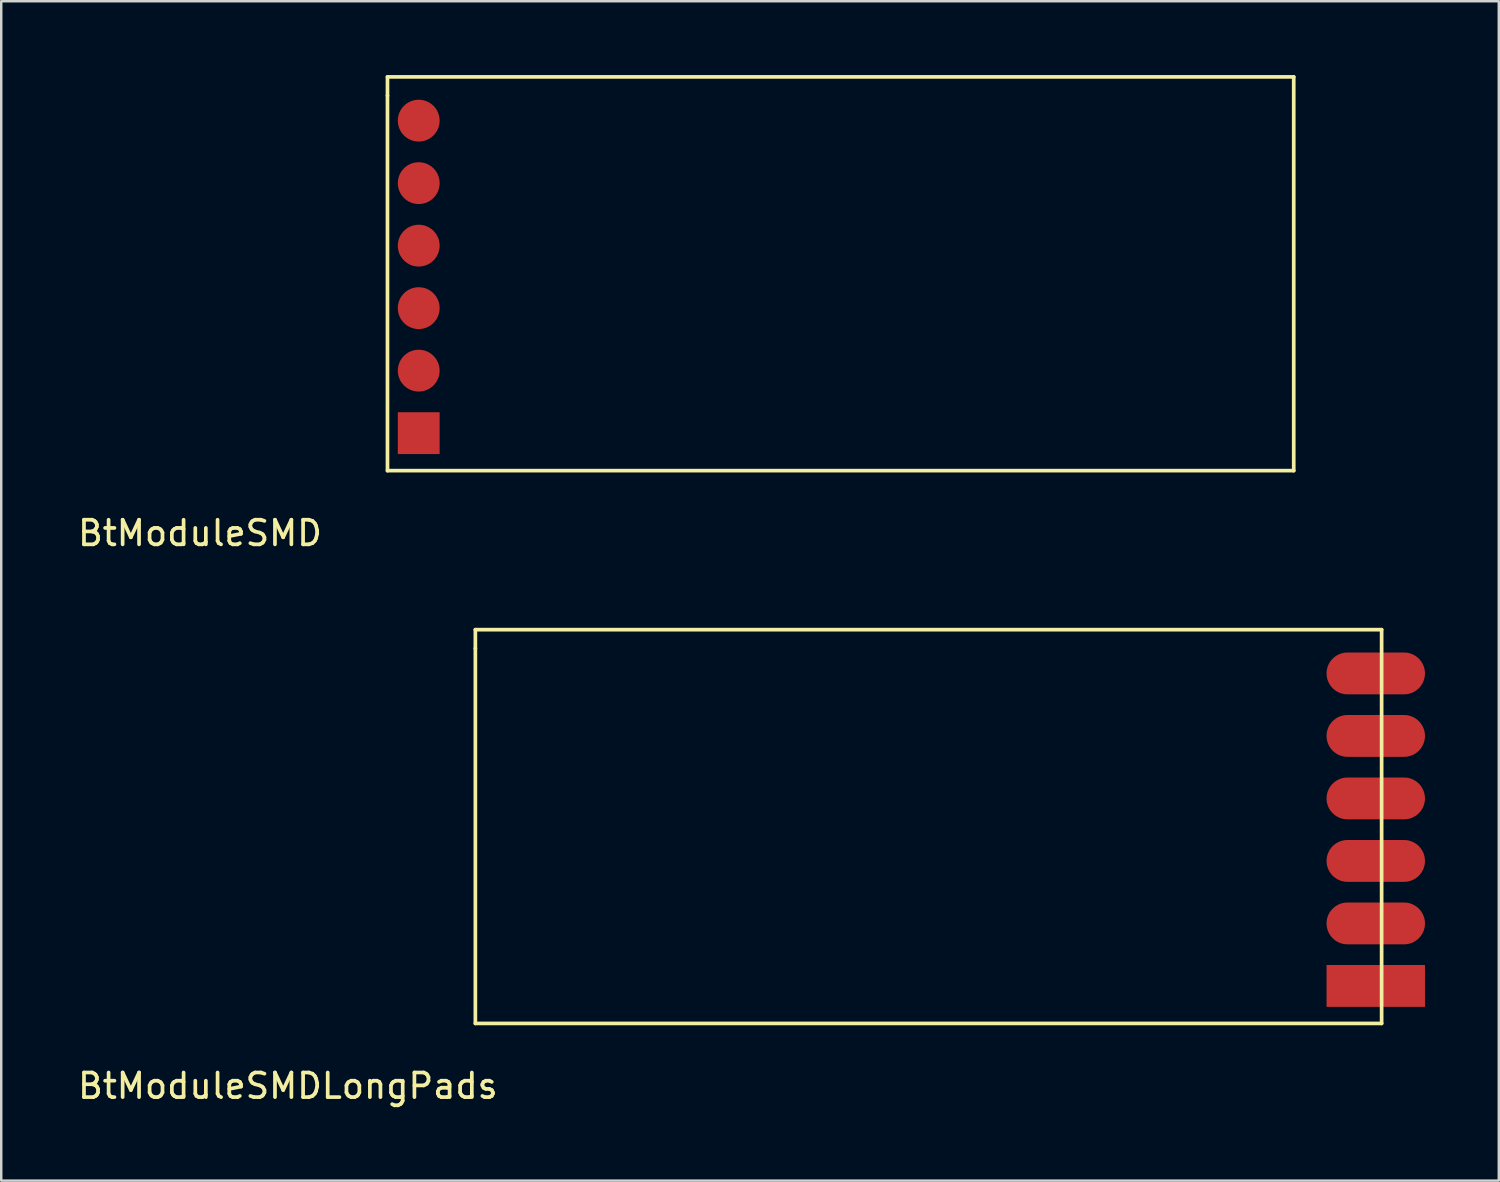
<source format=kicad_pcb>
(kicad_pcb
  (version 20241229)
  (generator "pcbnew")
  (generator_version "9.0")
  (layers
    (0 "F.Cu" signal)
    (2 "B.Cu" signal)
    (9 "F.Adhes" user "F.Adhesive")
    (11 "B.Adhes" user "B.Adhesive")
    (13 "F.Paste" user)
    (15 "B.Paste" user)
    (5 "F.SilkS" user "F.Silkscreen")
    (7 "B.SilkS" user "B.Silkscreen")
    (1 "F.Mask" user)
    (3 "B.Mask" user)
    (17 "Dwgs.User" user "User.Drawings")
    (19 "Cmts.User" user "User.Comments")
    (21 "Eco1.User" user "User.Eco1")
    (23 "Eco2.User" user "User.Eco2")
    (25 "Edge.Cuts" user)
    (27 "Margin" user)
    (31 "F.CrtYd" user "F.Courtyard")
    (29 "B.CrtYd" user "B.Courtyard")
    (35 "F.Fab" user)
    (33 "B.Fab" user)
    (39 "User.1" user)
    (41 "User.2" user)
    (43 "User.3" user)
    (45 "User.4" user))
  (footprint "BtModuleSMDLongPads"
    (layer "F.Cu")
    (at 16.269 38.542)
    (property "Reference" "BtModuleSMDLongPads" (at -7.62 2.54 0) (layer "F.SilkS") (effects (font (size 1 1) (thickness 0.15))))
    (attr through_hole)
    (fp_line (start 0 -16.002) (end 36.83 -16.002) (stroke (width 0.15) (type solid)) (layer "F.SilkS"))
    (fp_line (start 0 -15.24) (end 0 -16.002) (stroke (width 0.15) (type solid)) (layer "F.SilkS"))
    (fp_line (start 0 0) (end 0 -15.24) (stroke (width 0.15) (type solid)) (layer "F.SilkS"))
    (fp_line (start 36.83 0) (end 0 0) (stroke (width 0.15) (type solid)) (layer "F.SilkS"))
    (fp_line (start 36.83 0) (end 36.83 -16.002) (stroke (width 0.15) (type solid)) (layer "F.SilkS"))
    (pad "1" smd rect (at 37.592 -1.524) (size 4 1.7) (drill (offset -1 0)) (layers "F.Cu" "F.Mask" "F.Paste"))
    (pad "2" smd oval (at 37.592 -4.064) (size 4 1.7) (drill (offset -1 0)) (layers "F.Cu" "F.Mask" "F.Paste"))
    (pad "3" smd oval (at 37.592 -6.604) (size 4 1.7) (drill (offset -1 0)) (layers "F.Cu" "F.Mask" "F.Paste"))
    (pad "4" smd oval (at 37.592 -9.144) (size 4 1.7) (drill (offset -1 0)) (layers "F.Cu" "F.Mask" "F.Paste"))
    (pad "5" smd oval (at 37.592 -11.684) (size 4 1.7) (drill (offset -1 0)) (layers "F.Cu" "F.Mask" "F.Paste"))
    (pad "6" smd oval (at 37.592 -14.224) (size 4 1.7) (drill (offset -1 0)) (layers "F.Cu" "F.Mask" "F.Paste")))
  (footprint "BtModuleSMD"
    (layer "F.Cu")
    (at 12.697 16.077)
    (property "Reference" "BtModuleSMD" (at -7.62 2.54 0) (layer "F.SilkS") (effects (font (size 1 1) (thickness 0.15))))
    (attr through_hole)
    (fp_line (start 0 -16.002) (end 36.83 -16.002) (stroke (width 0.15) (type solid)) (layer "F.SilkS"))
    (fp_line (start 0 -15.24) (end 0 -16.002) (stroke (width 0.15) (type solid)) (layer "F.SilkS"))
    (fp_line (start 0 0) (end 0 -15.24) (stroke (width 0.15) (type solid)) (layer "F.SilkS"))
    (fp_line (start 36.83 0) (end 0 0) (stroke (width 0.15) (type solid)) (layer "F.SilkS"))
    (fp_line (start 36.83 0) (end 36.83 -16.002) (stroke (width 0.15) (type solid)) (layer "F.SilkS"))
    (pad "1" smd rect (at 1.27 -1.524) (size 1.7 1.7) (layers "F.Cu" "F.Mask" "F.Paste"))
    (pad "2" smd circle (at 1.27 -4.064) (size 1.7 1.7) (layers "F.Cu" "F.Mask" "F.Paste"))
    (pad "3" smd circle (at 1.27 -6.604) (size 1.7 1.7) (layers "F.Cu" "F.Mask" "F.Paste"))
    (pad "4" smd circle (at 1.27 -9.144) (size 1.7 1.7) (layers "F.Cu" "F.Mask" "F.Paste"))
    (pad "5" smd circle (at 1.27 -11.684) (size 1.7 1.7) (layers "F.Cu" "F.Mask" "F.Paste"))
    (pad "6" smd circle (at 1.27 -14.224) (size 1.7 1.7) (layers "F.Cu" "F.Mask" "F.Paste")))
  (gr_rect
    (start -3 -3)
    (end 57.861 44.931)
    (stroke (width 0.1) (type default))
    (fill no)
    (layer "Edge.Cuts")))
</source>
